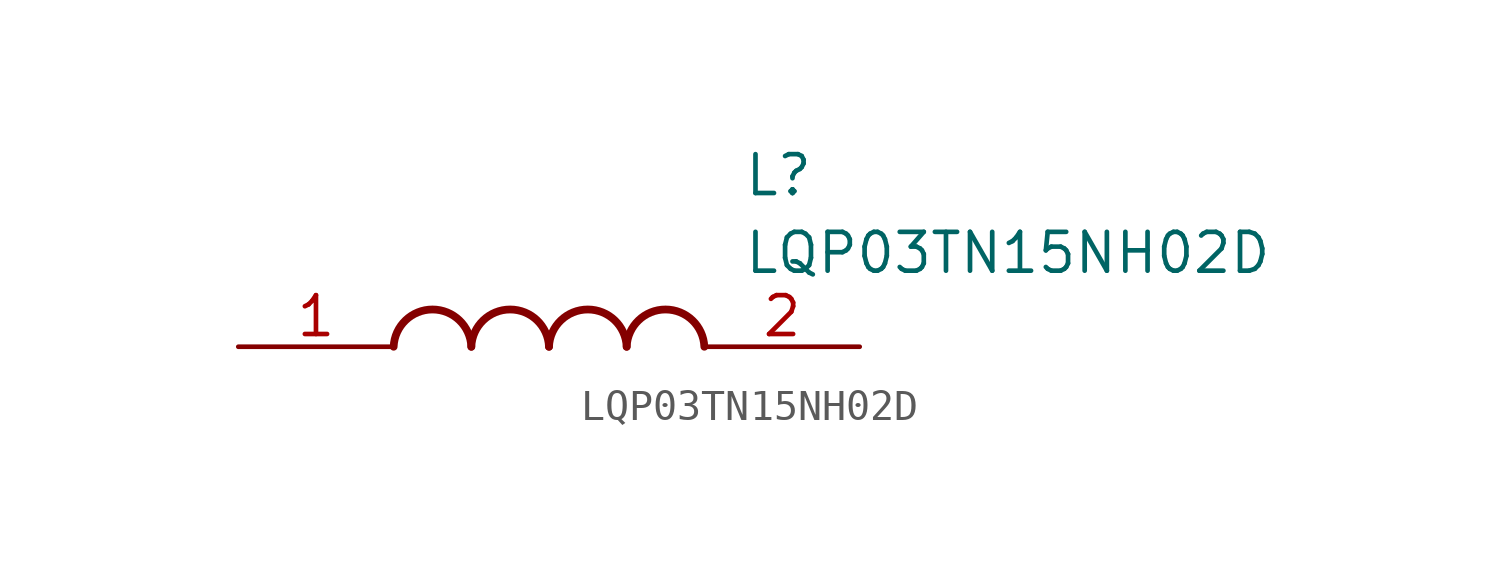
<source format=kicad_sym>
(kicad_symbol_lib
  (version 20211014)
  (generator SamacSys_ECAD_Model)
  (symbol "LQP03TN15NH02D"
    (pin_names hide)
    (property "Reference" "L"
      (at 16.51 6.35 0)
      (effects (font (size 1.27 1.27)) (justify left top)))
    (property "Value" "LQP03TN15NH02D"
      (at 16.51 3.81 0)
      (effects (font (size 1.27 1.27)) (justify left top)))
    (arc
      (start 7.62 0)
      (mid 6.35 1.219)
      (end 5.08 0)
      (stroke (width 0.254) (type default))
      (fill (type none)))
    (arc
      (start 10.16 0)
      (mid 8.89 1.219)
      (end 7.62 0)
      (stroke (width 0.254) (type default))
      (fill (type none)))
    (arc
      (start 12.7 0)
      (mid 11.43 1.219)
      (end 10.16 0)
      (stroke (width 0.254) (type default))
      (fill (type none)))
    (arc
      (start 15.24 0)
      (mid 13.97 1.219)
      (end 12.7 0)
      (stroke (width 0.254) (type default))
      (fill (type none)))
    (pin passive line
      (at 0 0 0)
      (length 5.08)
      (name "1" (effects (font (size 1.27 1.27))))
      (number "1" (effects (font (size 1.27 1.27)))))
    (pin passive line
      (at 20.32 0 180)
      (length 5.08)
      (name "2" (effects (font (size 1.27 1.27))))
      (number "2" (effects (font (size 1.27 1.27)))))))
</source>
